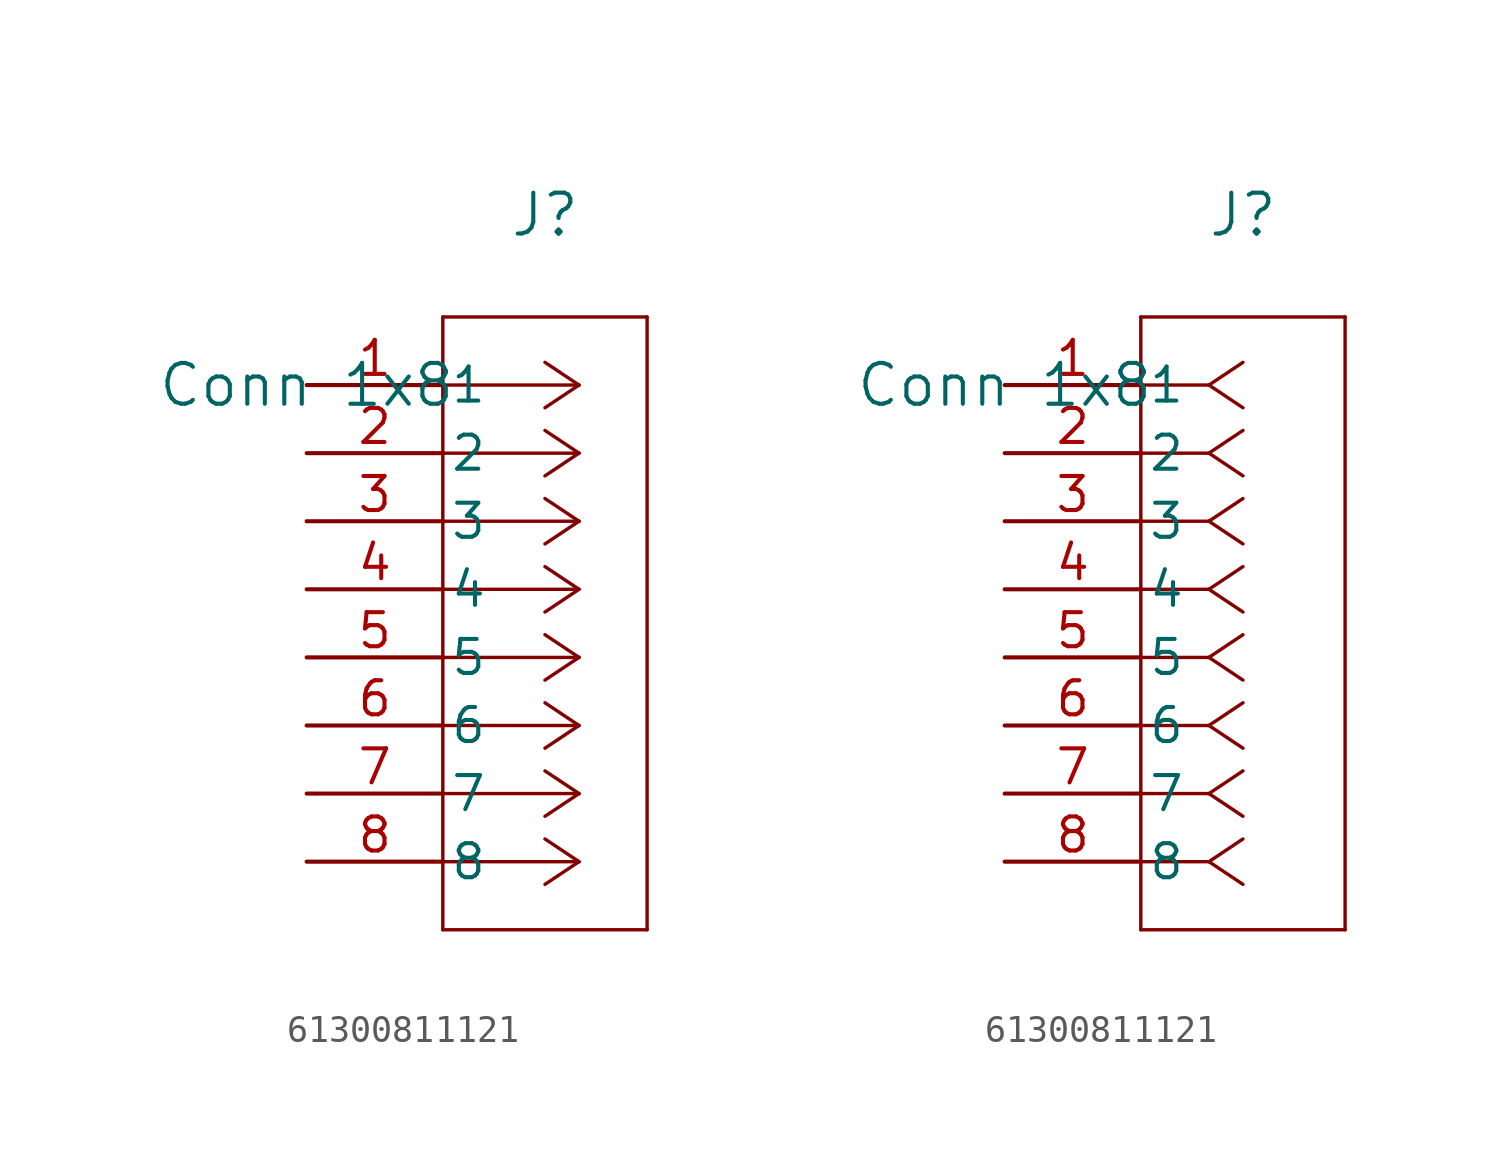
<source format=kicad_sym>
(kicad_symbol_lib
  (version 20231120)
  (generator "kicad_symbol_editor")
  (generator_version "8.0")
  (symbol "61300811121"
    (pin_names
      (offset 0.254))
    (property "Reference" "J"
      (at 8.89 6.35 0)
      (effects (font (size 1.524 1.524))))
    (property "Value" "Conn 1x8"
      (at 0 0 0)
      (effects (font (size 1.524 1.524))))
    (symbol "61300811121_1_1"
      (polyline (pts (xy 5.08 -20.32) (xy 12.7 -20.32)) (stroke (width 0.127) (type default)) (fill (type none)))
      (polyline (pts (xy 5.08 2.54) (xy 5.08 -20.32)) (stroke (width 0.127) (type default)) (fill (type none)))
      (polyline (pts (xy 10.16 -17.78) (xy 5.08 -17.78)) (stroke (width 0.127) (type default)) (fill (type none)))
      (polyline (pts (xy 10.16 -17.78) (xy 8.89 -18.627)) (stroke (width 0.127) (type default)) (fill (type none)))
      (polyline (pts (xy 10.16 -17.78) (xy 8.89 -16.933)) (stroke (width 0.127) (type default)) (fill (type none)))
      (polyline (pts (xy 10.16 -15.24) (xy 5.08 -15.24)) (stroke (width 0.127) (type default)) (fill (type none)))
      (polyline (pts (xy 10.16 -15.24) (xy 8.89 -16.087)) (stroke (width 0.127) (type default)) (fill (type none)))
      (polyline (pts (xy 10.16 -15.24) (xy 8.89 -14.393)) (stroke (width 0.127) (type default)) (fill (type none)))
      (polyline (pts (xy 10.16 -12.7) (xy 5.08 -12.7)) (stroke (width 0.127) (type default)) (fill (type none)))
      (polyline (pts (xy 10.16 -12.7) (xy 8.89 -13.547)) (stroke (width 0.127) (type default)) (fill (type none)))
      (polyline (pts (xy 10.16 -12.7) (xy 8.89 -11.853)) (stroke (width 0.127) (type default)) (fill (type none)))
      (polyline (pts (xy 10.16 -10.16) (xy 5.08 -10.16)) (stroke (width 0.127) (type default)) (fill (type none)))
      (polyline (pts (xy 10.16 -10.16) (xy 8.89 -11.007)) (stroke (width 0.127) (type default)) (fill (type none)))
      (polyline (pts (xy 10.16 -10.16) (xy 8.89 -9.313)) (stroke (width 0.127) (type default)) (fill (type none)))
      (polyline (pts (xy 10.16 -7.62) (xy 5.08 -7.62)) (stroke (width 0.127) (type default)) (fill (type none)))
      (polyline (pts (xy 10.16 -7.62) (xy 8.89 -8.467)) (stroke (width 0.127) (type default)) (fill (type none)))
      (polyline (pts (xy 10.16 -7.62) (xy 8.89 -6.773)) (stroke (width 0.127) (type default)) (fill (type none)))
      (polyline (pts (xy 10.16 -5.08) (xy 5.08 -5.08)) (stroke (width 0.127) (type default)) (fill (type none)))
      (polyline (pts (xy 10.16 -5.08) (xy 8.89 -5.927)) (stroke (width 0.127) (type default)) (fill (type none)))
      (polyline (pts (xy 10.16 -5.08) (xy 8.89 -4.233)) (stroke (width 0.127) (type default)) (fill (type none)))
      (polyline (pts (xy 10.16 -2.54) (xy 5.08 -2.54)) (stroke (width 0.127) (type default)) (fill (type none)))
      (polyline (pts (xy 10.16 -2.54) (xy 8.89 -3.387)) (stroke (width 0.127) (type default)) (fill (type none)))
      (polyline (pts (xy 10.16 -2.54) (xy 8.89 -1.693)) (stroke (width 0.127) (type default)) (fill (type none)))
      (polyline (pts (xy 10.16 0) (xy 5.08 0)) (stroke (width 0.127) (type default)) (fill (type none)))
      (polyline (pts (xy 10.16 0) (xy 8.89 -0.847)) (stroke (width 0.127) (type default)) (fill (type none)))
      (polyline (pts (xy 10.16 0) (xy 8.89 0.847)) (stroke (width 0.127) (type default)) (fill (type none)))
      (polyline (pts (xy 12.7 -20.32) (xy 12.7 2.54)) (stroke (width 0.127) (type default)) (fill (type none)))
      (polyline (pts (xy 12.7 2.54) (xy 5.08 2.54)) (stroke (width 0.127) (type default)) (fill (type none)))
      (pin passive line (at 0 0 0) (length 5.08) (name "1" (effects (font (size 1.27 1.27)))) (number "1" (effects (font (size 1.27 1.27)))))
      (pin passive line (at 0 -2.54 0) (length 5.08) (name "2" (effects (font (size 1.27 1.27)))) (number "2" (effects (font (size 1.27 1.27)))))
      (pin passive line (at 0 -5.08 0) (length 5.08) (name "3" (effects (font (size 1.27 1.27)))) (number "3" (effects (font (size 1.27 1.27)))))
      (pin passive line (at 0 -7.62 0) (length 5.08) (name "4" (effects (font (size 1.27 1.27)))) (number "4" (effects (font (size 1.27 1.27)))))
      (pin passive line (at 0 -10.16 0) (length 5.08) (name "5" (effects (font (size 1.27 1.27)))) (number "5" (effects (font (size 1.27 1.27)))))
      (pin passive line (at 0 -12.7 0) (length 5.08) (name "6" (effects (font (size 1.27 1.27)))) (number "6" (effects (font (size 1.27 1.27)))))
      (pin passive line (at 0 -15.24 0) (length 5.08) (name "7" (effects (font (size 1.27 1.27)))) (number "7" (effects (font (size 1.27 1.27)))))
      (pin passive line (at 0 -17.78 0) (length 5.08) (name "8" (effects (font (size 1.27 1.27)))) (number "8" (effects (font (size 1.27 1.27))))))
    (symbol "61300811121_1_2"
      (polyline (pts (xy 5.08 -20.32) (xy 12.7 -20.32)) (stroke (width 0.127) (type default)) (fill (type none)))
      (polyline (pts (xy 5.08 2.54) (xy 5.08 -20.32)) (stroke (width 0.127) (type default)) (fill (type none)))
      (polyline (pts (xy 7.62 -17.78) (xy 5.08 -17.78)) (stroke (width 0.127) (type default)) (fill (type none)))
      (polyline (pts (xy 7.62 -17.78) (xy 8.89 -18.627)) (stroke (width 0.127) (type default)) (fill (type none)))
      (polyline (pts (xy 7.62 -17.78) (xy 8.89 -16.933)) (stroke (width 0.127) (type default)) (fill (type none)))
      (polyline (pts (xy 7.62 -15.24) (xy 5.08 -15.24)) (stroke (width 0.127) (type default)) (fill (type none)))
      (polyline (pts (xy 7.62 -15.24) (xy 8.89 -16.087)) (stroke (width 0.127) (type default)) (fill (type none)))
      (polyline (pts (xy 7.62 -15.24) (xy 8.89 -14.393)) (stroke (width 0.127) (type default)) (fill (type none)))
      (polyline (pts (xy 7.62 -12.7) (xy 5.08 -12.7)) (stroke (width 0.127) (type default)) (fill (type none)))
      (polyline (pts (xy 7.62 -12.7) (xy 8.89 -13.547)) (stroke (width 0.127) (type default)) (fill (type none)))
      (polyline (pts (xy 7.62 -12.7) (xy 8.89 -11.853)) (stroke (width 0.127) (type default)) (fill (type none)))
      (polyline (pts (xy 7.62 -10.16) (xy 5.08 -10.16)) (stroke (width 0.127) (type default)) (fill (type none)))
      (polyline (pts (xy 7.62 -10.16) (xy 8.89 -11.007)) (stroke (width 0.127) (type default)) (fill (type none)))
      (polyline (pts (xy 7.62 -10.16) (xy 8.89 -9.313)) (stroke (width 0.127) (type default)) (fill (type none)))
      (polyline (pts (xy 7.62 -7.62) (xy 5.08 -7.62)) (stroke (width 0.127) (type default)) (fill (type none)))
      (polyline (pts (xy 7.62 -7.62) (xy 8.89 -8.467)) (stroke (width 0.127) (type default)) (fill (type none)))
      (polyline (pts (xy 7.62 -7.62) (xy 8.89 -6.773)) (stroke (width 0.127) (type default)) (fill (type none)))
      (polyline (pts (xy 7.62 -5.08) (xy 5.08 -5.08)) (stroke (width 0.127) (type default)) (fill (type none)))
      (polyline (pts (xy 7.62 -5.08) (xy 8.89 -5.927)) (stroke (width 0.127) (type default)) (fill (type none)))
      (polyline (pts (xy 7.62 -5.08) (xy 8.89 -4.233)) (stroke (width 0.127) (type default)) (fill (type none)))
      (polyline (pts (xy 7.62 -2.54) (xy 5.08 -2.54)) (stroke (width 0.127) (type default)) (fill (type none)))
      (polyline (pts (xy 7.62 -2.54) (xy 8.89 -3.387)) (stroke (width 0.127) (type default)) (fill (type none)))
      (polyline (pts (xy 7.62 -2.54) (xy 8.89 -1.693)) (stroke (width 0.127) (type default)) (fill (type none)))
      (polyline (pts (xy 7.62 0) (xy 5.08 0)) (stroke (width 0.127) (type default)) (fill (type none)))
      (polyline (pts (xy 7.62 0) (xy 8.89 -0.847)) (stroke (width 0.127) (type default)) (fill (type none)))
      (polyline (pts (xy 7.62 0) (xy 8.89 0.847)) (stroke (width 0.127) (type default)) (fill (type none)))
      (polyline (pts (xy 12.7 -20.32) (xy 12.7 2.54)) (stroke (width 0.127) (type default)) (fill (type none)))
      (polyline (pts (xy 12.7 2.54) (xy 5.08 2.54)) (stroke (width 0.127) (type default)) (fill (type none)))
      (pin unspecified line (at 0 0 0) (length 5.08) (name "1" (effects (font (size 1.27 1.27)))) (number "1" (effects (font (size 1.27 1.27)))))
      (pin unspecified line (at 0 -2.54 0) (length 5.08) (name "2" (effects (font (size 1.27 1.27)))) (number "2" (effects (font (size 1.27 1.27)))))
      (pin unspecified line (at 0 -5.08 0) (length 5.08) (name "3" (effects (font (size 1.27 1.27)))) (number "3" (effects (font (size 1.27 1.27)))))
      (pin unspecified line (at 0 -7.62 0) (length 5.08) (name "4" (effects (font (size 1.27 1.27)))) (number "4" (effects (font (size 1.27 1.27)))))
      (pin unspecified line (at 0 -10.16 0) (length 5.08) (name "5" (effects (font (size 1.27 1.27)))) (number "5" (effects (font (size 1.27 1.27)))))
      (pin unspecified line (at 0 -12.7 0) (length 5.08) (name "6" (effects (font (size 1.27 1.27)))) (number "6" (effects (font (size 1.27 1.27)))))
      (pin unspecified line (at 0 -15.24 0) (length 5.08) (name "7" (effects (font (size 1.27 1.27)))) (number "7" (effects (font (size 1.27 1.27)))))
      (pin unspecified line (at 0 -17.78 0) (length 5.08) (name "8" (effects (font (size 1.27 1.27)))) (number "8" (effects (font (size 1.27 1.27))))))))
</source>
